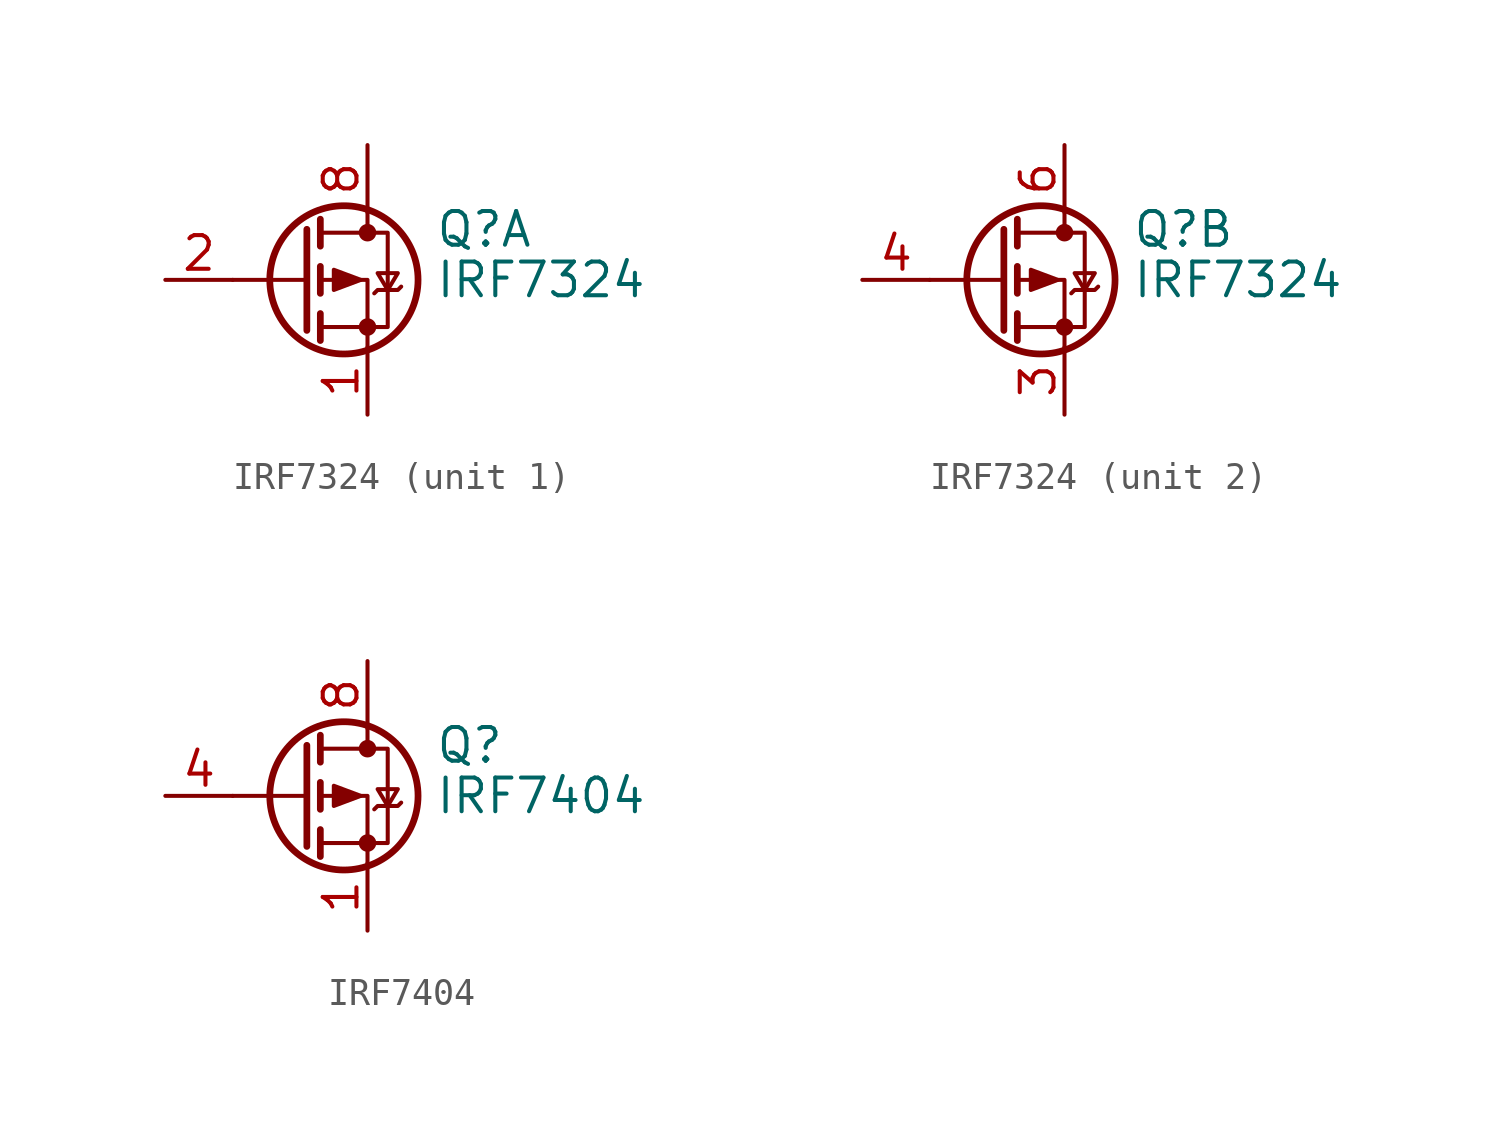
<source format=kicad_sym>
(kicad_symbol_lib
  (version 20210619)
  (generator kicad_symbol_editor)
  (symbol "Transistor_FET:IRF7324"
    (pin_names hide)
    (property "Reference" "Q"
      (at 5.08 1.905 0)
      (effects (font (size 1.27 1.27)) (justify left)))
    (property "Value" "IRF7324"
      (at 5.08 0 0)
      (effects (font (size 1.27 1.27)) (justify left)))
    (symbol "IRF7324_0_1"
      (circle (center 1.651 0) (radius 2.794) (stroke (width 0.254)) (fill (type none)))
      (circle (center 2.54 -1.778) (radius 0.254) (stroke (width 0)) (fill (type outline)))
      (circle (center 2.54 1.778) (radius 0.254) (stroke (width 0)) (fill (type outline)))
      (polyline (pts (xy 0.254 0) (xy -2.54 0)) (stroke (width 0)) (fill (type none)))
      (polyline (pts (xy 0.254 1.905) (xy 0.254 -1.905)) (stroke (width 0.254)) (fill (type none)))
      (polyline (pts (xy 0.762 -1.27) (xy 0.762 -2.286)) (stroke (width 0.254)) (fill (type none)))
      (polyline (pts (xy 0.762 0.508) (xy 0.762 -0.508)) (stroke (width 0.254)) (fill (type none)))
      (polyline (pts (xy 0.762 2.286) (xy 0.762 1.27)) (stroke (width 0.254)) (fill (type none)))
      (polyline (pts (xy 2.54 2.54) (xy 2.54 1.778)) (stroke (width 0)) (fill (type none)))
      (polyline (pts (xy 2.54 -2.54) (xy 2.54 0) (xy 0.762 0)) (stroke (width 0)) (fill (type none)))
      (polyline (pts (xy 0.762 1.778) (xy 3.302 1.778) (xy 3.302 -1.778) (xy 0.762 -1.778)) (stroke (width 0)) (fill (type none)))
      (polyline (pts (xy 2.794 -0.508) (xy 2.921 -0.381) (xy 3.683 -0.381) (xy 3.81 -0.254)) (stroke (width 0)) (fill (type none)))
      (polyline (pts (xy 3.302 -0.381) (xy 2.921 0.254) (xy 3.683 0.254) (xy 3.302 -0.381)) (stroke (width 0)) (fill (type none)))
      (polyline (pts (xy 2.286 0) (xy 1.27 0.381) (xy 1.27 -0.381) (xy 2.286 0)) (stroke (width 0)) (fill (type outline))))
    (symbol "IRF7324_1_1"
      (pin passive line (at 2.54 -5.08 90) (length 2.54) (name "S1" (effects (font (size 1.27 1.27)))) (number "1" (effects (font (size 1.27 1.27)))))
      (pin input line (at -5.08 0 0) (length 2.54) (name "G1" (effects (font (size 1.27 1.27)))) (number "2" (effects (font (size 1.27 1.27)))))
      (pin passive line (at 2.54 5.08 270) (length 2.54) hide (name "D1" (effects (font (size 1.27 1.27)))) (number "7" (effects (font (size 1.27 1.27)))))
      (pin passive line (at 2.54 5.08 270) (length 2.54) (name "D1" (effects (font (size 1.27 1.27)))) (number "8" (effects (font (size 1.27 1.27))))))
    (symbol "IRF7324_2_1"
      (pin passive line (at 2.54 -5.08 90) (length 2.54) (name "S2" (effects (font (size 1.27 1.27)))) (number "3" (effects (font (size 1.27 1.27)))))
      (pin input line (at -5.08 0 0) (length 2.54) (name "G2" (effects (font (size 1.27 1.27)))) (number "4" (effects (font (size 1.27 1.27)))))
      (pin passive line (at 2.54 5.08 270) (length 2.54) hide (name "D2" (effects (font (size 1.27 1.27)))) (number "5" (effects (font (size 1.27 1.27)))))
      (pin passive line (at 2.54 5.08 270) (length 2.54) (name "D2" (effects (font (size 1.27 1.27)))) (number "6" (effects (font (size 1.27 1.27)))))))
  (symbol "Transistor_FET:IRF7404"
    (pin_names hide)
    (property "Reference" "Q"
      (at 5.08 1.905 0)
      (effects (font (size 1.27 1.27)) (justify left)))
    (property "Value" "IRF7404"
      (at 5.08 0 0)
      (effects (font (size 1.27 1.27)) (justify left)))
    (symbol "IRF7404_0_1"
      (circle (center 1.651 0) (radius 2.794) (stroke (width 0.254)) (fill (type none)))
      (circle (center 2.54 -1.778) (radius 0.254) (stroke (width 0)) (fill (type outline)))
      (circle (center 2.54 1.778) (radius 0.254) (stroke (width 0)) (fill (type outline)))
      (polyline (pts (xy 0.254 0) (xy -2.54 0)) (stroke (width 0)) (fill (type none)))
      (polyline (pts (xy 0.254 1.905) (xy 0.254 -1.905)) (stroke (width 0.254)) (fill (type none)))
      (polyline (pts (xy 0.762 -1.27) (xy 0.762 -2.286)) (stroke (width 0.254)) (fill (type none)))
      (polyline (pts (xy 0.762 0.508) (xy 0.762 -0.508)) (stroke (width 0.254)) (fill (type none)))
      (polyline (pts (xy 0.762 2.286) (xy 0.762 1.27)) (stroke (width 0.254)) (fill (type none)))
      (polyline (pts (xy 2.54 2.54) (xy 2.54 1.778)) (stroke (width 0)) (fill (type none)))
      (polyline (pts (xy 2.54 -2.54) (xy 2.54 0) (xy 0.762 0)) (stroke (width 0)) (fill (type none)))
      (polyline (pts (xy 0.762 1.778) (xy 3.302 1.778) (xy 3.302 -1.778) (xy 0.762 -1.778)) (stroke (width 0)) (fill (type none)))
      (polyline (pts (xy 2.794 -0.508) (xy 2.921 -0.381) (xy 3.683 -0.381) (xy 3.81 -0.254)) (stroke (width 0)) (fill (type none)))
      (polyline (pts (xy 3.302 -0.381) (xy 2.921 0.254) (xy 3.683 0.254) (xy 3.302 -0.381)) (stroke (width 0)) (fill (type none)))
      (polyline (pts (xy 2.286 0) (xy 1.27 0.381) (xy 1.27 -0.381) (xy 2.286 0)) (stroke (width 0)) (fill (type outline))))
    (symbol "IRF7404_1_1"
      (pin passive line (at 2.54 -5.08 90) (length 2.54) (name "S" (effects (font (size 1.27 1.27)))) (number "1" (effects (font (size 1.27 1.27)))))
      (pin passive line (at 2.54 -5.08 90) (length 2.54) hide (name "S" (effects (font (size 1.27 1.27)))) (number "2" (effects (font (size 1.27 1.27)))))
      (pin passive line (at 2.54 -5.08 90) (length 2.54) hide (name "S" (effects (font (size 1.27 1.27)))) (number "3" (effects (font (size 1.27 1.27)))))
      (pin passive line (at -5.08 0 0) (length 2.54) (name "G" (effects (font (size 1.27 1.27)))) (number "4" (effects (font (size 1.27 1.27)))))
      (pin passive line (at 2.54 5.08 270) (length 2.54) hide (name "D" (effects (font (size 1.27 1.27)))) (number "5" (effects (font (size 1.27 1.27)))))
      (pin passive line (at 2.54 5.08 270) (length 2.54) hide (name "D" (effects (font (size 1.27 1.27)))) (number "6" (effects (font (size 1.27 1.27)))))
      (pin passive line (at 2.54 5.08 270) (length 2.54) hide (name "D" (effects (font (size 1.27 1.27)))) (number "7" (effects (font (size 1.27 1.27)))))
      (pin passive line (at 2.54 5.08 270) (length 2.54) (name "D" (effects (font (size 1.27 1.27)))) (number "8" (effects (font (size 1.27 1.27))))))))
</source>
